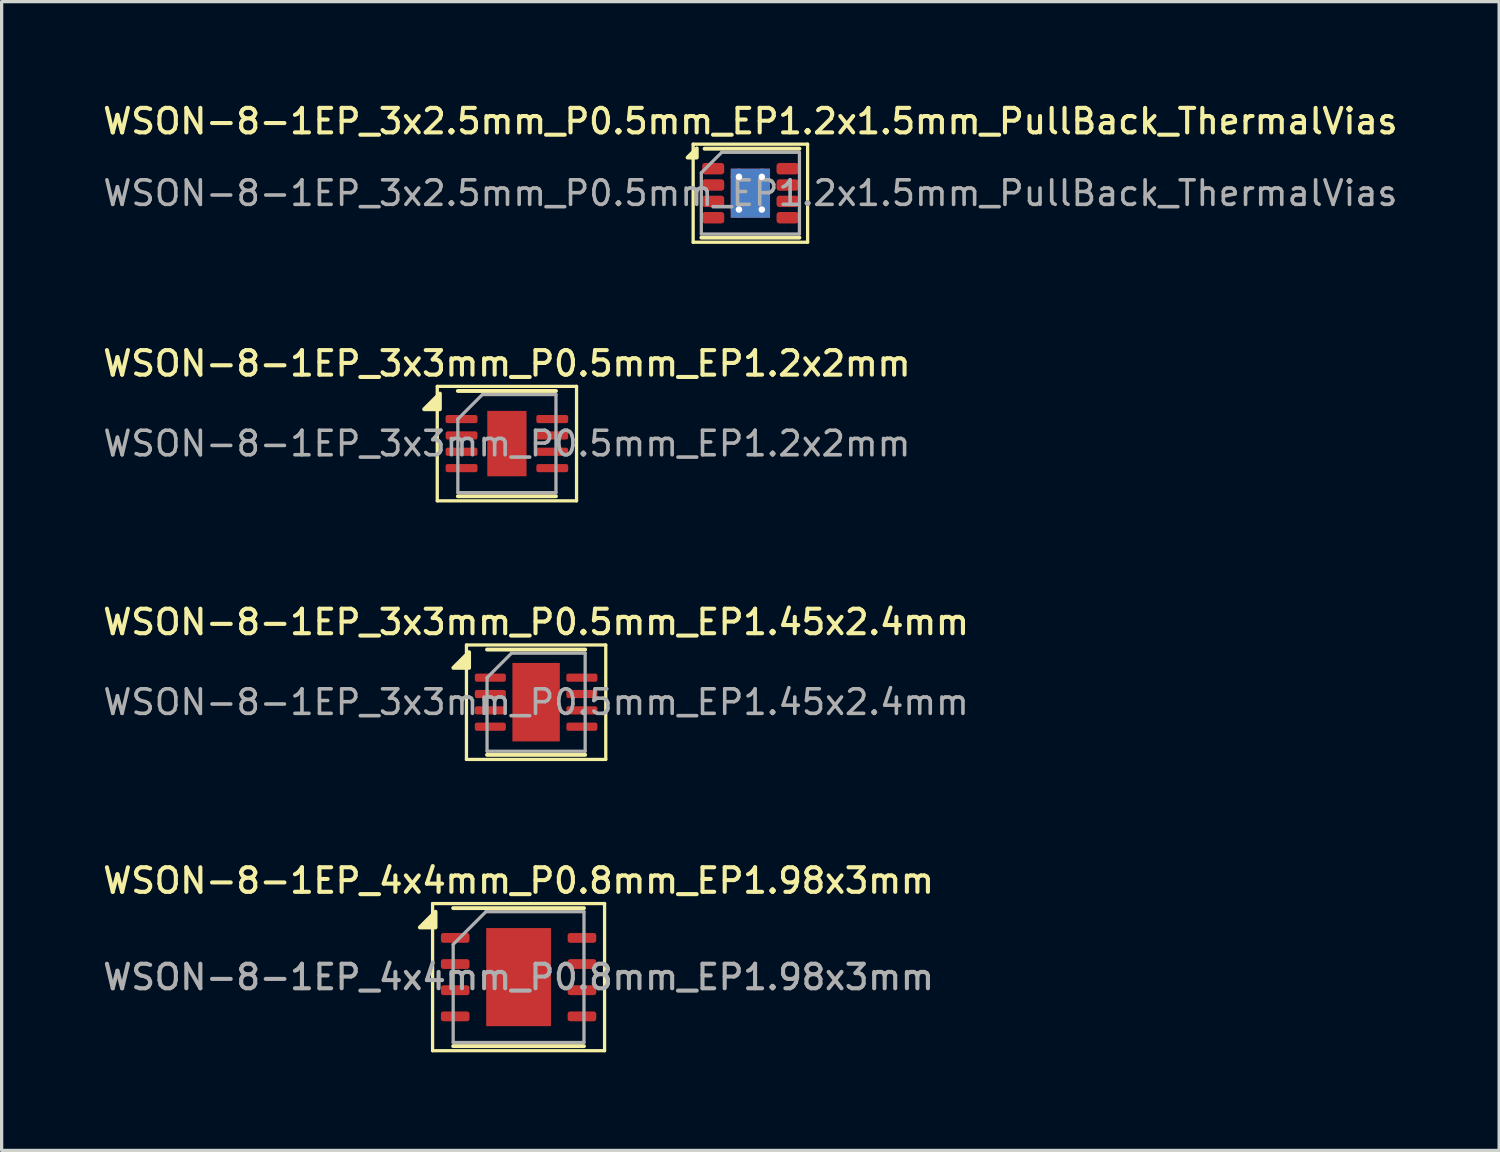
<source format=kicad_pcb>
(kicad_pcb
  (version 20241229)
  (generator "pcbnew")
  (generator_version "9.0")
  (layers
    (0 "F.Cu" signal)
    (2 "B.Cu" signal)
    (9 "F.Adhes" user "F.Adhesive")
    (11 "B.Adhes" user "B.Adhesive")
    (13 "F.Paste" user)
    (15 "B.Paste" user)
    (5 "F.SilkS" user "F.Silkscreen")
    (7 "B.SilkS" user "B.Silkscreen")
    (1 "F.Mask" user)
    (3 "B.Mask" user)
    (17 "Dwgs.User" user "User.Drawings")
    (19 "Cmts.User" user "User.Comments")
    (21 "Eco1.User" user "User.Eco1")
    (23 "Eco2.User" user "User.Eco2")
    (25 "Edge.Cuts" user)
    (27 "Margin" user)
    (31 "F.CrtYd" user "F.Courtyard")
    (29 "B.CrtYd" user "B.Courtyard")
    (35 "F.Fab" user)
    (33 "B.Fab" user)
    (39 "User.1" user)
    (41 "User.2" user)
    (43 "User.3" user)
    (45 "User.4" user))
  (footprint "WSON-8-1EP_4x4mm_P0.8mm_EP1.98x3mm"
    (layer "F.Cu")
    (at 12.809 26.832)
    (property "Reference" "WSON-8-1EP_4x4mm_P0.8mm_EP1.98x3mm" (at 0 -2.95 0) (layer "F.SilkS") (effects (font (size 0.75 0.75) (thickness 0.125))))
    (attr smd)
    (fp_line (start -2.63 -2.25) (end -2.63 2.25) (stroke (width 0.1) (type solid)) (layer "F.SilkS"))
    (fp_line (start -2.63 2.25) (end 2.63 2.25) (stroke (width 0.1) (type solid)) (layer "F.SilkS"))
    (fp_line (start -2 -2.11) (end 2 -2.11) (stroke (width 0.12) (type solid)) (layer "F.SilkS"))
    (fp_line (start -2 2.11) (end 2 2.11) (stroke (width 0.12) (type solid)) (layer "F.SilkS"))
    (fp_line (start 2.63 -2.25) (end -2.63 -2.25) (stroke (width 0.1) (type solid)) (layer "F.SilkS"))
    (fp_line (start 2.63 2.25) (end 2.63 -2.25) (stroke (width 0.1) (type solid)) (layer "F.SilkS"))
    (fp_poly (pts (xy -2.54 -1.52) (xy -3.02 -1.52) (xy -2.54 -2) (xy -2.54 -1.52)) (stroke (width 0.12) (type solid)) (fill yes) (layer "F.SilkS"))
    (fp_line (start -2 -1) (end -1 -2) (stroke (width 0.1) (type solid)) (layer "F.Fab"))
    (fp_line (start -2 2) (end -2 -1) (stroke (width 0.1) (type solid)) (layer "F.Fab"))
    (fp_line (start -1 -2) (end 2 -2) (stroke (width 0.1) (type solid)) (layer "F.Fab"))
    (fp_line (start 2 -2) (end 2 2) (stroke (width 0.1) (type solid)) (layer "F.Fab"))
    (fp_line (start 2 2) (end -2 2) (stroke (width 0.1) (type solid)) (layer "F.Fab"))
    (fp_text user "${REFERENCE}" (at 0 0 0) (layer "F.Fab") (effects (font (size 0.75 0.75) (thickness 0.125))))
    (pad "" smd roundrect (at -0.495 -0.75) (size 0.8 1.21) (layers "F.Paste") (roundrect_rratio 0.25))
    (pad "" smd roundrect (at -0.495 0.75) (size 0.8 1.21) (layers "F.Paste") (roundrect_rratio 0.25))
    (pad "" smd roundrect (at 0.495 -0.75) (size 0.8 1.21) (layers "F.Paste") (roundrect_rratio 0.25))
    (pad "" smd roundrect (at 0.495 0.75) (size 0.8 1.21) (layers "F.Paste") (roundrect_rratio 0.25))
    (pad "1" smd roundrect (at -1.938 -1.2) (size 0.875 0.3) (layers "F.Cu" "F.Mask" "F.Paste") (roundrect_rratio 0.25))
    (pad "2" smd roundrect (at -1.938 -0.4) (size 0.875 0.3) (layers "F.Cu" "F.Mask" "F.Paste") (roundrect_rratio 0.25))
    (pad "3" smd roundrect (at -1.938 0.4) (size 0.875 0.3) (layers "F.Cu" "F.Mask" "F.Paste") (roundrect_rratio 0.25))
    (pad "4" smd roundrect (at -1.938 1.2) (size 0.875 0.3) (layers "F.Cu" "F.Mask" "F.Paste") (roundrect_rratio 0.25))
    (pad "5" smd roundrect (at 1.938 1.2) (size 0.875 0.3) (layers "F.Cu" "F.Mask" "F.Paste") (roundrect_rratio 0.25))
    (pad "6" smd roundrect (at 1.938 0.4) (size 0.875 0.3) (layers "F.Cu" "F.Mask" "F.Paste") (roundrect_rratio 0.25))
    (pad "7" smd roundrect (at 1.938 -0.4) (size 0.875 0.3) (layers "F.Cu" "F.Mask" "F.Paste") (roundrect_rratio 0.25))
    (pad "8" smd roundrect (at 1.938 -1.2) (size 0.875 0.3) (layers "F.Cu" "F.Mask" "F.Paste") (roundrect_rratio 0.25))
    (pad "9" smd rect (at 0 0) (size 1.98 3) (property pad_prop_heatsink) (layers "F.Cu" "F.Mask")))
  (footprint "WSON-8-1EP_3x3mm_P0.5mm_EP1.2x2mm"
    (layer "F.Cu")
    (at 12.452 10.516)
    (property "Reference" "WSON-8-1EP_3x3mm_P0.5mm_EP1.2x2mm" (at 0 -2.45 0) (layer "F.SilkS") (effects (font (size 0.75 0.75) (thickness 0.125))))
    (attr smd)
    (fp_line (start -2.13 -1.75) (end -2.13 1.75) (stroke (width 0.1) (type solid)) (layer "F.SilkS"))
    (fp_line (start -2.13 1.75) (end 2.13 1.75) (stroke (width 0.1) (type solid)) (layer "F.SilkS"))
    (fp_line (start -1.5 -1.61) (end 1.5 -1.61) (stroke (width 0.12) (type solid)) (layer "F.SilkS"))
    (fp_line (start -1.5 1.61) (end 1.5 1.61) (stroke (width 0.12) (type solid)) (layer "F.SilkS"))
    (fp_line (start 2.13 -1.75) (end -2.13 -1.75) (stroke (width 0.1) (type solid)) (layer "F.SilkS"))
    (fp_line (start 2.13 1.75) (end 2.13 -1.75) (stroke (width 0.1) (type solid)) (layer "F.SilkS"))
    (fp_poly (pts (xy -2.05 -1.05) (xy -2.53 -1.05) (xy -2.05 -1.53) (xy -2.05 -1.05)) (stroke (width 0.12) (type solid)) (fill yes) (layer "F.SilkS"))
    (fp_line (start -1.5 -0.75) (end -0.75 -1.5) (stroke (width 0.1) (type solid)) (layer "F.Fab"))
    (fp_line (start -1.5 1.5) (end -1.5 -0.75) (stroke (width 0.1) (type solid)) (layer "F.Fab"))
    (fp_line (start -0.75 -1.5) (end 1.5 -1.5) (stroke (width 0.1) (type solid)) (layer "F.Fab"))
    (fp_line (start 1.5 -1.5) (end 1.5 1.5) (stroke (width 0.1) (type solid)) (layer "F.Fab"))
    (fp_line (start 1.5 1.5) (end -1.5 1.5) (stroke (width 0.1) (type solid)) (layer "F.Fab"))
    (fp_text user "${REFERENCE}" (at 0 0 0) (layer "F.Fab") (effects (font (size 0.75 0.75) (thickness 0.11))))
    (pad "" smd roundrect (at 0 -0.5) (size 0.97 0.81) (layers "F.Paste") (roundrect_rratio 0.25))
    (pad "" smd roundrect (at 0 0.5) (size 0.97 0.81) (layers "F.Paste") (roundrect_rratio 0.25))
    (pad "1" smd roundrect (at -1.387 -0.75) (size 0.975 0.25) (layers "F.Cu" "F.Mask" "F.Paste") (roundrect_rratio 0.25))
    (pad "2" smd roundrect (at -1.387 -0.25) (size 0.975 0.25) (layers "F.Cu" "F.Mask" "F.Paste") (roundrect_rratio 0.25))
    (pad "3" smd roundrect (at -1.387 0.25) (size 0.975 0.25) (layers "F.Cu" "F.Mask" "F.Paste") (roundrect_rratio 0.25))
    (pad "4" smd roundrect (at -1.387 0.75) (size 0.975 0.25) (layers "F.Cu" "F.Mask" "F.Paste") (roundrect_rratio 0.25))
    (pad "5" smd roundrect (at 1.387 0.75) (size 0.975 0.25) (layers "F.Cu" "F.Mask" "F.Paste") (roundrect_rratio 0.25))
    (pad "6" smd roundrect (at 1.387 0.25) (size 0.975 0.25) (layers "F.Cu" "F.Mask" "F.Paste") (roundrect_rratio 0.25))
    (pad "7" smd roundrect (at 1.387 -0.25) (size 0.975 0.25) (layers "F.Cu" "F.Mask" "F.Paste") (roundrect_rratio 0.25))
    (pad "8" smd roundrect (at 1.387 -0.75) (size 0.975 0.25) (layers "F.Cu" "F.Mask" "F.Paste") (roundrect_rratio 0.25))
    (pad "9" smd rect (at 0 0) (size 1.2 2) (property pad_prop_heatsink) (layers "F.Cu" "F.Mask")))
  (footprint "WSON-8-1EP_3x3mm_P0.5mm_EP1.45x2.4mm"
    (layer "F.Cu")
    (at 13.345 18.424)
    (property "Reference" "WSON-8-1EP_3x3mm_P0.5mm_EP1.45x2.4mm" (at 0 -2.45 0) (layer "F.SilkS") (effects (font (size 0.75 0.75) (thickness 0.125))))
    (attr smd)
    (fp_line (start -2.13 -1.75) (end -2.13 1.75) (stroke (width 0.1) (type solid)) (layer "F.SilkS"))
    (fp_line (start -2.13 1.75) (end 2.13 1.75) (stroke (width 0.1) (type solid)) (layer "F.SilkS"))
    (fp_line (start -1.5 -1.61) (end 1.5 -1.61) (stroke (width 0.12) (type solid)) (layer "F.SilkS"))
    (fp_line (start -1.5 1.61) (end 1.5 1.61) (stroke (width 0.12) (type solid)) (layer "F.SilkS"))
    (fp_line (start 2.13 -1.75) (end -2.13 -1.75) (stroke (width 0.1) (type solid)) (layer "F.SilkS"))
    (fp_line (start 2.13 1.75) (end 2.13 -1.75) (stroke (width 0.1) (type solid)) (layer "F.SilkS"))
    (fp_poly (pts (xy -2.05 -1.05) (xy -2.53 -1.05) (xy -2.05 -1.53) (xy -2.05 -1.05)) (stroke (width 0.12) (type solid)) (fill yes) (layer "F.SilkS"))
    (fp_line (start -1.5 -0.75) (end -0.75 -1.5) (stroke (width 0.1) (type solid)) (layer "F.Fab"))
    (fp_line (start -1.5 1.5) (end -1.5 -0.75) (stroke (width 0.1) (type solid)) (layer "F.Fab"))
    (fp_line (start -0.75 -1.5) (end 1.5 -1.5) (stroke (width 0.1) (type solid)) (layer "F.Fab"))
    (fp_line (start 1.5 -1.5) (end 1.5 1.5) (stroke (width 0.1) (type solid)) (layer "F.Fab"))
    (fp_line (start 1.5 1.5) (end -1.5 1.5) (stroke (width 0.1) (type solid)) (layer "F.Fab"))
    (fp_text user "${REFERENCE}" (at 0 0 0) (layer "F.Fab") (effects (font (size 0.75 0.75) (thickness 0.11))))
    (pad "" smd roundrect (at 0 -0.6) (size 1.17 0.97) (layers "F.Paste") (roundrect_rratio 0.25))
    (pad "" smd roundrect (at 0 0.6) (size 1.17 0.97) (layers "F.Paste") (roundrect_rratio 0.25))
    (pad "1" smd roundrect (at -1.4 -0.75) (size 0.95 0.25) (layers "F.Cu" "F.Mask" "F.Paste") (roundrect_rratio 0.25))
    (pad "2" smd roundrect (at -1.4 -0.25) (size 0.95 0.25) (layers "F.Cu" "F.Mask" "F.Paste") (roundrect_rratio 0.25))
    (pad "3" smd roundrect (at -1.4 0.25) (size 0.95 0.25) (layers "F.Cu" "F.Mask" "F.Paste") (roundrect_rratio 0.25))
    (pad "4" smd roundrect (at -1.4 0.75) (size 0.95 0.25) (layers "F.Cu" "F.Mask" "F.Paste") (roundrect_rratio 0.25))
    (pad "5" smd roundrect (at 1.4 0.75) (size 0.95 0.25) (layers "F.Cu" "F.Mask" "F.Paste") (roundrect_rratio 0.25))
    (pad "6" smd roundrect (at 1.4 0.25) (size 0.95 0.25) (layers "F.Cu" "F.Mask" "F.Paste") (roundrect_rratio 0.25))
    (pad "7" smd roundrect (at 1.4 -0.25) (size 0.95 0.25) (layers "F.Cu" "F.Mask" "F.Paste") (roundrect_rratio 0.25))
    (pad "8" smd roundrect (at 1.4 -0.75) (size 0.95 0.25) (layers "F.Cu" "F.Mask" "F.Paste") (roundrect_rratio 0.25))
    (pad "9" smd rect (at 0 0) (size 1.45 2.4) (property pad_prop_heatsink) (layers "F.Cu" "F.Mask")))
  (footprint "WSON-8-1EP_3x2.5mm_P0.5mm_EP1.2x1.5mm_PullBack_ThermalVias"
    (layer "F.Cu")
    (at 19.898 2.858)
    (property "Reference" "WSON-8-1EP_3x2.5mm_P0.5mm_EP1.2x1.5mm_PullBack_ThermalVias" (at 0 -2.2 0) (layer "F.SilkS") (effects (font (size 0.75 0.75) (thickness 0.125))))
    (attr smd)
    (fp_line (start -1.75 -1.5) (end -1.75 1.5) (stroke (width 0.1) (type solid)) (layer "F.SilkS"))
    (fp_line (start -1.75 1.5) (end 1.75 1.5) (stroke (width 0.1) (type solid)) (layer "F.SilkS"))
    (fp_line (start -1.5 1.36) (end 1.5 1.36) (stroke (width 0.12) (type solid)) (layer "F.SilkS"))
    (fp_line (start -1.4 -1.36) (end 1.5 -1.36) (stroke (width 0.12) (type solid)) (layer "F.SilkS"))
    (fp_line (start 1.75 -1.5) (end -1.75 -1.5) (stroke (width 0.1) (type solid)) (layer "F.SilkS"))
    (fp_line (start 1.75 1.5) (end 1.75 -1.5) (stroke (width 0.1) (type solid)) (layer "F.SilkS"))
    (fp_poly (pts (xy -1.64 -1.09) (xy -1.92 -1.09) (xy -1.64 -1.37) (xy -1.64 -1.09)) (stroke (width 0.12) (type solid)) (fill yes) (layer "F.SilkS"))
    (fp_line (start -1.5 -0.625) (end -0.875 -1.25) (stroke (width 0.1) (type solid)) (layer "F.Fab"))
    (fp_line (start -1.5 1.25) (end -1.5 -0.625) (stroke (width 0.1) (type solid)) (layer "F.Fab"))
    (fp_line (start -0.875 -1.25) (end 1.5 -1.25) (stroke (width 0.1) (type solid)) (layer "F.Fab"))
    (fp_line (start 1.5 -1.25) (end 1.5 1.25) (stroke (width 0.1) (type solid)) (layer "F.Fab"))
    (fp_line (start 1.5 1.25) (end -1.5 1.25) (stroke (width 0.1) (type solid)) (layer "F.Fab"))
    (fp_text user "${REFERENCE}" (at 0 0 0) (layer "F.Fab") (effects (font (size 0.75 0.75) (thickness 0.11))))
    (pad "" smd roundrect (at -0.3 -0.375) (size 0.52 0.65) (layers "F.Paste") (roundrect_rratio 0.25))
    (pad "" smd roundrect (at -0.3 0.375) (size 0.52 0.65) (layers "F.Paste") (roundrect_rratio 0.25))
    (pad "" smd roundrect (at 0.3 -0.375) (size 0.52 0.65) (layers "F.Paste") (roundrect_rratio 0.25))
    (pad "" smd roundrect (at 0.3 0.375) (size 0.52 0.65) (layers "F.Paste") (roundrect_rratio 0.25))
    (pad "1" smd roundrect (at -1.137 -0.75) (size 0.675 0.35) (layers "F.Cu" "F.Mask" "F.Paste") (roundrect_rratio 0.25))
    (pad "2" smd roundrect (at -1.137 -0.25) (size 0.675 0.35) (layers "F.Cu" "F.Mask" "F.Paste") (roundrect_rratio 0.25))
    (pad "3" smd roundrect (at -1.137 0.25) (size 0.675 0.35) (layers "F.Cu" "F.Mask" "F.Paste") (roundrect_rratio 0.25))
    (pad "4" smd roundrect (at -1.137 0.75) (size 0.675 0.35) (layers "F.Cu" "F.Mask" "F.Paste") (roundrect_rratio 0.25))
    (pad "5" smd roundrect (at 1.137 0.75) (size 0.675 0.35) (layers "F.Cu" "F.Mask" "F.Paste") (roundrect_rratio 0.25))
    (pad "6" smd roundrect (at 1.137 0.25) (size 0.675 0.35) (layers "F.Cu" "F.Mask" "F.Paste") (roundrect_rratio 0.25))
    (pad "7" smd roundrect (at 1.137 -0.25) (size 0.675 0.35) (layers "F.Cu" "F.Mask" "F.Paste") (roundrect_rratio 0.25))
    (pad "8" smd roundrect (at 1.137 -0.75) (size 0.675 0.35) (layers "F.Cu" "F.Mask" "F.Paste") (roundrect_rratio 0.25))
    (pad "9" thru_hole circle (at -0.35 -0.5) (size 0.5 0.5) (drill 0.2) (property pad_prop_heatsink) (layers "*.Cu"))
    (pad "9" thru_hole circle (at -0.35 0.5) (size 0.5 0.5) (drill 0.2) (property pad_prop_heatsink) (layers "*.Cu"))
    (pad "9" smd rect (at 0 0) (size 1.2 1.5) (property pad_prop_heatsink) (layers "F.Cu" "F.Mask"))
    (pad "9" smd rect (at 0 0) (size 1.2 1.5) (property pad_prop_heatsink) (layers "B.Cu"))
    (pad "9" thru_hole circle (at 0.35 -0.5) (size 0.5 0.5) (drill 0.2) (property pad_prop_heatsink) (layers "*.Cu"))
    (pad "9" thru_hole circle (at 0.35 0.5) (size 0.5 0.5) (drill 0.2) (property pad_prop_heatsink) (layers "*.Cu")))
  (gr_rect
    (start -3 -3)
    (end 42.796 32.133)
    (stroke (width 0.1) (type default))
    (fill no)
    (layer "Edge.Cuts")))
</source>
